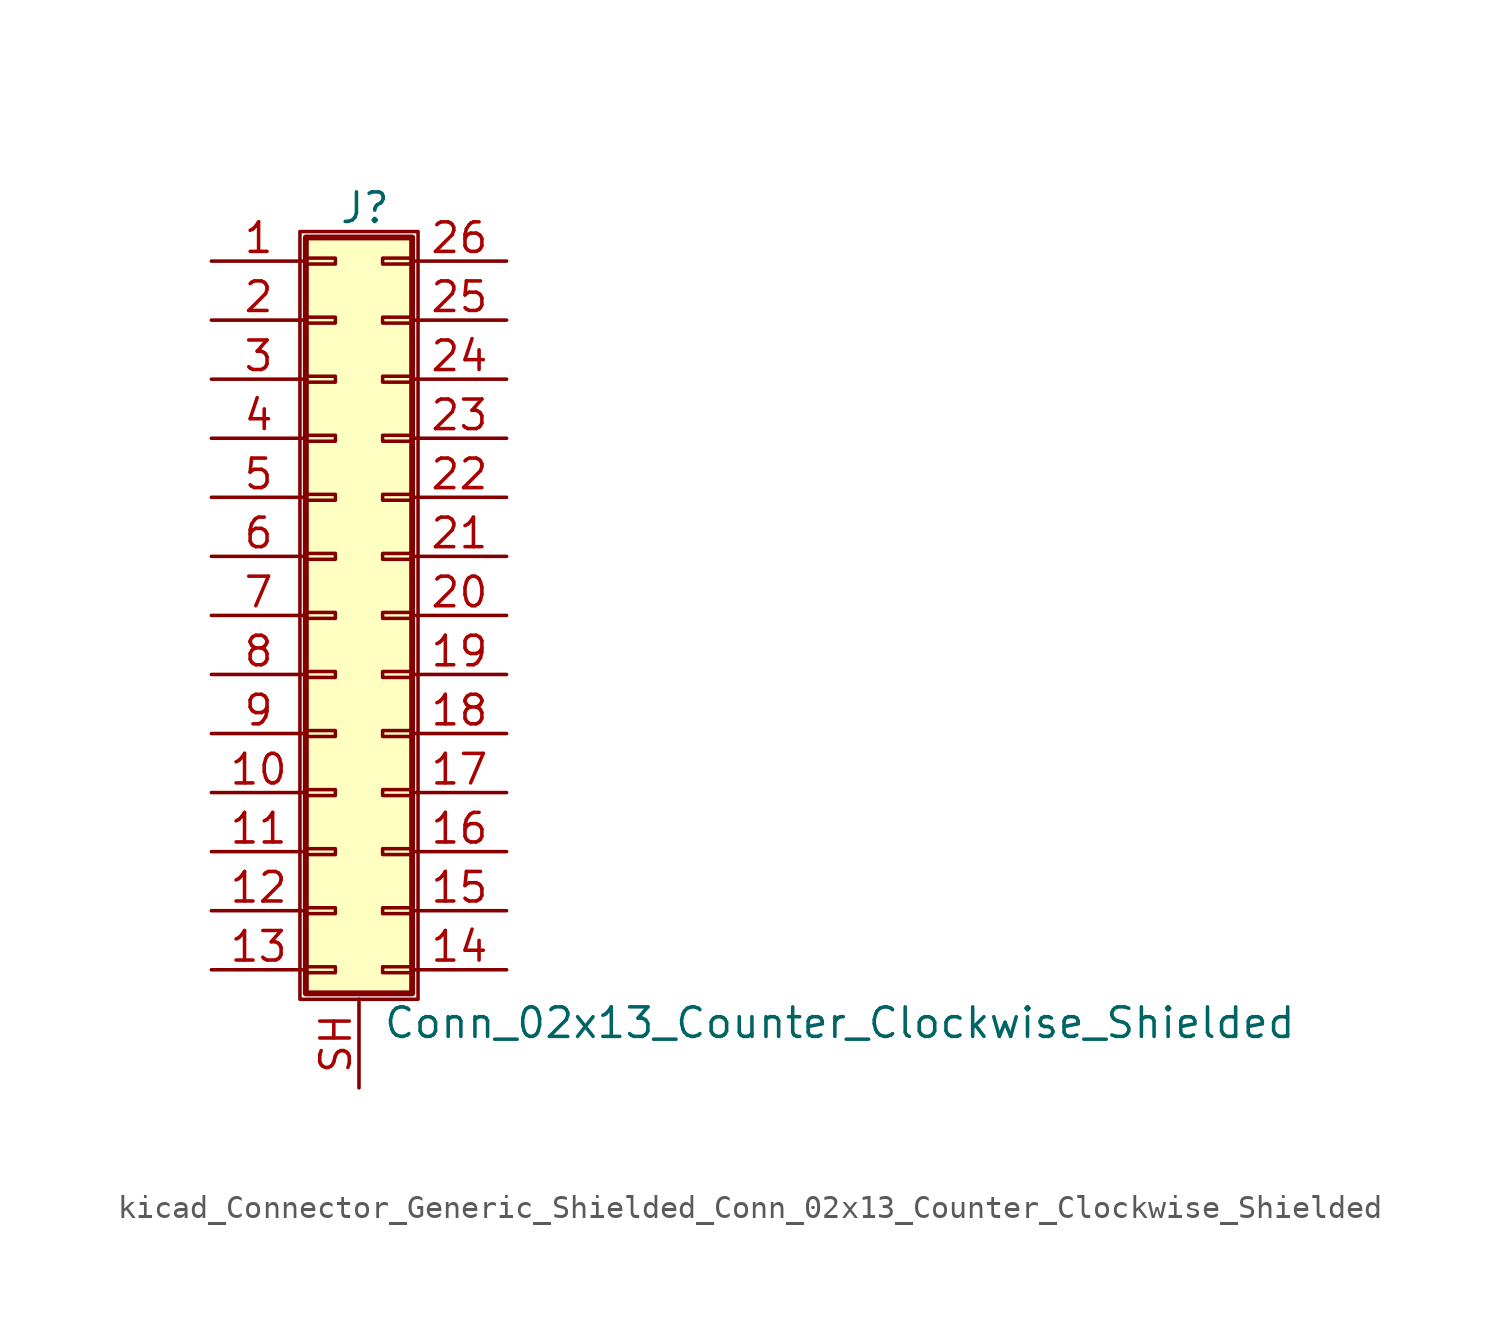
<source format=kicad_sym>
(kicad_symbol_lib
  (version 20220914)
  (generator kicad_symbol_editor)
  (symbol "kicad_Connector_Generic_Shielded_Conn_02x13_Counter_Clockwise_Shielded"
    (pin_names
      (offset 1.016) hide)
    (property "Reference" "J"
      (at 1.524 17.526 0)
      (effects (font (size 1.27 1.27))))
    (property "Value" "Conn_02x13_Counter_Clockwise_Shielded"
      (at 2.286 -17.526 0)
      (effects (font (size 1.27 1.27)) (justify left)))
    (symbol "kicad_Connector_Generic_Shielded_Conn_02x13_Counter_Clockwise_Shielded_1_1"
      (rectangle (start -1.27 16.51) (end 3.81 -16.51) (stroke (width 0.152) (type default)) (fill (type none)))
      (rectangle (start -1.016 -15.113) (end 0.254 -15.367) (stroke (width 0.152) (type default)) (fill (type none)))
      (rectangle (start -1.016 -12.573) (end 0.254 -12.827) (stroke (width 0.152) (type default)) (fill (type none)))
      (rectangle (start -1.016 -10.033) (end 0.254 -10.287) (stroke (width 0.152) (type default)) (fill (type none)))
      (rectangle (start -1.016 -7.493) (end 0.254 -7.747) (stroke (width 0.152) (type default)) (fill (type none)))
      (rectangle (start -1.016 -4.953) (end 0.254 -5.207) (stroke (width 0.152) (type default)) (fill (type none)))
      (rectangle (start -1.016 -2.413) (end 0.254 -2.667) (stroke (width 0.152) (type default)) (fill (type none)))
      (rectangle (start -1.016 0.127) (end 0.254 -0.127) (stroke (width 0.152) (type default)) (fill (type none)))
      (rectangle (start -1.016 2.667) (end 0.254 2.413) (stroke (width 0.152) (type default)) (fill (type none)))
      (rectangle (start -1.016 5.207) (end 0.254 4.953) (stroke (width 0.152) (type default)) (fill (type none)))
      (rectangle (start -1.016 7.747) (end 0.254 7.493) (stroke (width 0.152) (type default)) (fill (type none)))
      (rectangle (start -1.016 10.287) (end 0.254 10.033) (stroke (width 0.152) (type default)) (fill (type none)))
      (rectangle (start -1.016 12.827) (end 0.254 12.573) (stroke (width 0.152) (type default)) (fill (type none)))
      (rectangle (start -1.016 15.367) (end 0.254 15.113) (stroke (width 0.152) (type default)) (fill (type none)))
      (rectangle (start -1.016 16.256) (end 3.556 -16.256) (stroke (width 0.254) (type default)) (fill (type background)))
      (rectangle (start 3.556 -15.113) (end 2.286 -15.367) (stroke (width 0.152) (type default)) (fill (type none)))
      (rectangle (start 3.556 -12.573) (end 2.286 -12.827) (stroke (width 0.152) (type default)) (fill (type none)))
      (rectangle (start 3.556 -10.033) (end 2.286 -10.287) (stroke (width 0.152) (type default)) (fill (type none)))
      (rectangle (start 3.556 -7.493) (end 2.286 -7.747) (stroke (width 0.152) (type default)) (fill (type none)))
      (rectangle (start 3.556 -4.953) (end 2.286 -5.207) (stroke (width 0.152) (type default)) (fill (type none)))
      (rectangle (start 3.556 -2.413) (end 2.286 -2.667) (stroke (width 0.152) (type default)) (fill (type none)))
      (rectangle (start 3.556 0.127) (end 2.286 -0.127) (stroke (width 0.152) (type default)) (fill (type none)))
      (rectangle (start 3.556 2.667) (end 2.286 2.413) (stroke (width 0.152) (type default)) (fill (type none)))
      (rectangle (start 3.556 5.207) (end 2.286 4.953) (stroke (width 0.152) (type default)) (fill (type none)))
      (rectangle (start 3.556 7.747) (end 2.286 7.493) (stroke (width 0.152) (type default)) (fill (type none)))
      (rectangle (start 3.556 10.287) (end 2.286 10.033) (stroke (width 0.152) (type default)) (fill (type none)))
      (rectangle (start 3.556 12.827) (end 2.286 12.573) (stroke (width 0.152) (type default)) (fill (type none)))
      (rectangle (start 3.556 15.367) (end 2.286 15.113) (stroke (width 0.152) (type default)) (fill (type none)))
      (pin passive line (at -5.08 15.24 0) (length 4.064) (name "Pin_1" (effects (font (size 1.27 1.27)))) (number "1" (effects (font (size 1.27 1.27)))))
      (pin passive line (at -5.08 -7.62 0) (length 4.064) (name "Pin_10" (effects (font (size 1.27 1.27)))) (number "10" (effects (font (size 1.27 1.27)))))
      (pin passive line (at -5.08 -10.16 0) (length 4.064) (name "Pin_11" (effects (font (size 1.27 1.27)))) (number "11" (effects (font (size 1.27 1.27)))))
      (pin passive line (at -5.08 -12.7 0) (length 4.064) (name "Pin_12" (effects (font (size 1.27 1.27)))) (number "12" (effects (font (size 1.27 1.27)))))
      (pin passive line (at -5.08 -15.24 0) (length 4.064) (name "Pin_13" (effects (font (size 1.27 1.27)))) (number "13" (effects (font (size 1.27 1.27)))))
      (pin passive line (at 7.62 -15.24 180) (length 4.064) (name "Pin_14" (effects (font (size 1.27 1.27)))) (number "14" (effects (font (size 1.27 1.27)))))
      (pin passive line (at 7.62 -12.7 180) (length 4.064) (name "Pin_15" (effects (font (size 1.27 1.27)))) (number "15" (effects (font (size 1.27 1.27)))))
      (pin passive line (at 7.62 -10.16 180) (length 4.064) (name "Pin_16" (effects (font (size 1.27 1.27)))) (number "16" (effects (font (size 1.27 1.27)))))
      (pin passive line (at 7.62 -7.62 180) (length 4.064) (name "Pin_17" (effects (font (size 1.27 1.27)))) (number "17" (effects (font (size 1.27 1.27)))))
      (pin passive line (at 7.62 -5.08 180) (length 4.064) (name "Pin_18" (effects (font (size 1.27 1.27)))) (number "18" (effects (font (size 1.27 1.27)))))
      (pin passive line (at 7.62 -2.54 180) (length 4.064) (name "Pin_19" (effects (font (size 1.27 1.27)))) (number "19" (effects (font (size 1.27 1.27)))))
      (pin passive line (at -5.08 12.7 0) (length 4.064) (name "Pin_2" (effects (font (size 1.27 1.27)))) (number "2" (effects (font (size 1.27 1.27)))))
      (pin passive line (at 7.62 0 180) (length 4.064) (name "Pin_20" (effects (font (size 1.27 1.27)))) (number "20" (effects (font (size 1.27 1.27)))))
      (pin passive line (at 7.62 2.54 180) (length 4.064) (name "Pin_21" (effects (font (size 1.27 1.27)))) (number "21" (effects (font (size 1.27 1.27)))))
      (pin passive line (at 7.62 5.08 180) (length 4.064) (name "Pin_22" (effects (font (size 1.27 1.27)))) (number "22" (effects (font (size 1.27 1.27)))))
      (pin passive line (at 7.62 7.62 180) (length 4.064) (name "Pin_23" (effects (font (size 1.27 1.27)))) (number "23" (effects (font (size 1.27 1.27)))))
      (pin passive line (at 7.62 10.16 180) (length 4.064) (name "Pin_24" (effects (font (size 1.27 1.27)))) (number "24" (effects (font (size 1.27 1.27)))))
      (pin passive line (at 7.62 12.7 180) (length 4.064) (name "Pin_25" (effects (font (size 1.27 1.27)))) (number "25" (effects (font (size 1.27 1.27)))))
      (pin passive line (at 7.62 15.24 180) (length 4.064) (name "Pin_26" (effects (font (size 1.27 1.27)))) (number "26" (effects (font (size 1.27 1.27)))))
      (pin passive line (at -5.08 10.16 0) (length 4.064) (name "Pin_3" (effects (font (size 1.27 1.27)))) (number "3" (effects (font (size 1.27 1.27)))))
      (pin passive line (at -5.08 7.62 0) (length 4.064) (name "Pin_4" (effects (font (size 1.27 1.27)))) (number "4" (effects (font (size 1.27 1.27)))))
      (pin passive line (at -5.08 5.08 0) (length 4.064) (name "Pin_5" (effects (font (size 1.27 1.27)))) (number "5" (effects (font (size 1.27 1.27)))))
      (pin passive line (at -5.08 2.54 0) (length 4.064) (name "Pin_6" (effects (font (size 1.27 1.27)))) (number "6" (effects (font (size 1.27 1.27)))))
      (pin passive line (at -5.08 0 0) (length 4.064) (name "Pin_7" (effects (font (size 1.27 1.27)))) (number "7" (effects (font (size 1.27 1.27)))))
      (pin passive line (at -5.08 -2.54 0) (length 4.064) (name "Pin_8" (effects (font (size 1.27 1.27)))) (number "8" (effects (font (size 1.27 1.27)))))
      (pin passive line (at -5.08 -5.08 0) (length 4.064) (name "Pin_9" (effects (font (size 1.27 1.27)))) (number "9" (effects (font (size 1.27 1.27)))))
      (pin passive line (at 1.27 -20.32 90) (length 3.81) (name "Shield" (effects (font (size 1.27 1.27)))) (number "SH" (effects (font (size 1.27 1.27))))))))
</source>
